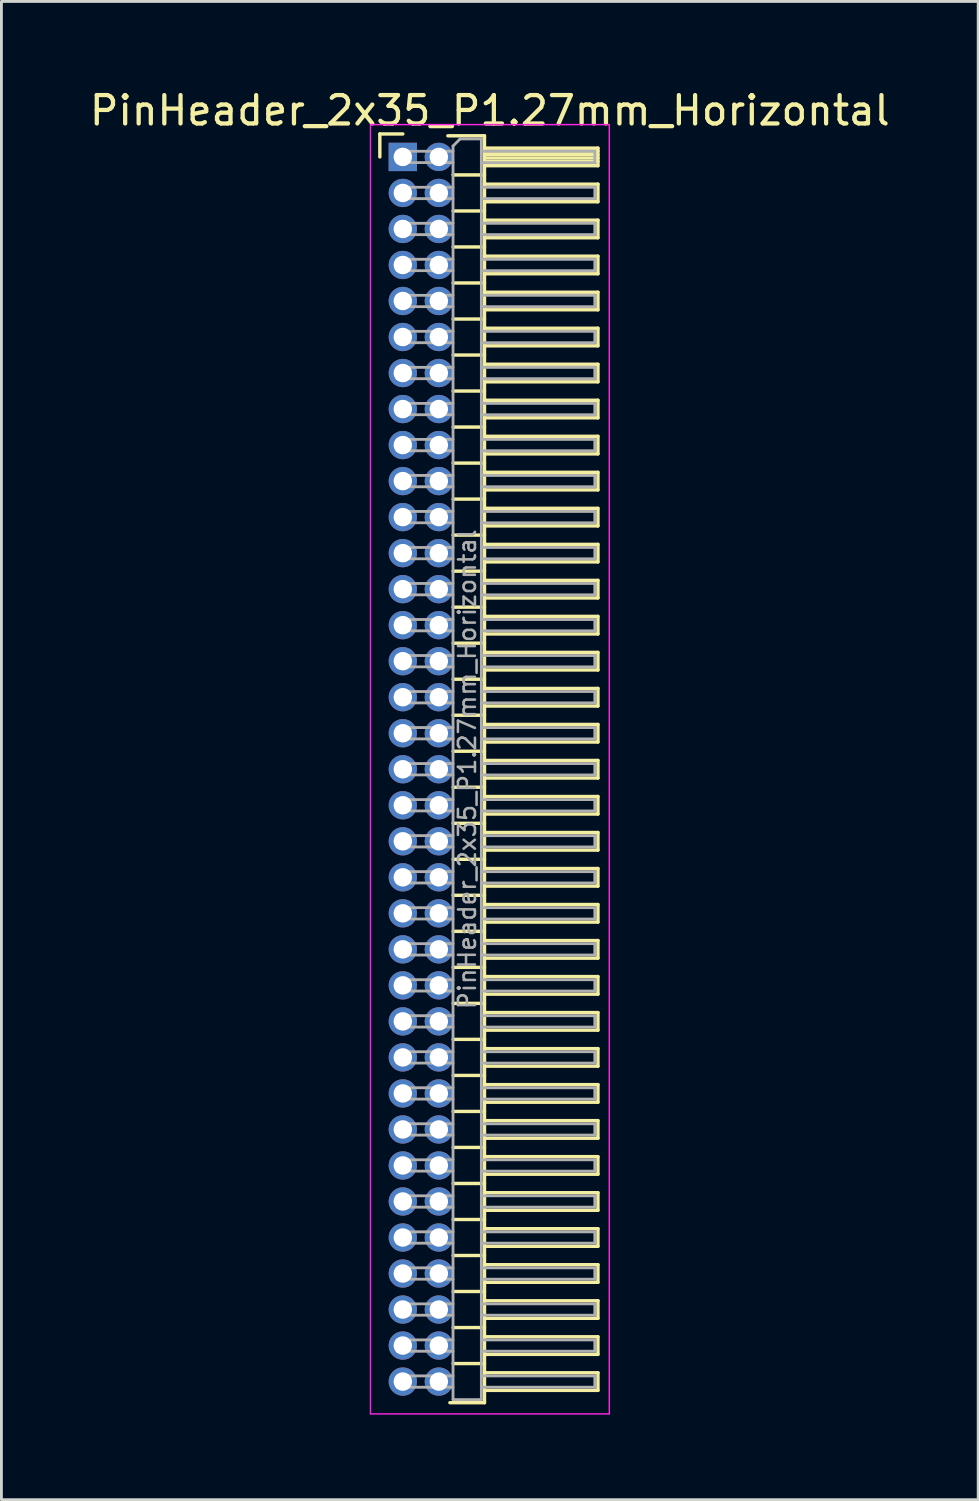
<source format=kicad_pcb>
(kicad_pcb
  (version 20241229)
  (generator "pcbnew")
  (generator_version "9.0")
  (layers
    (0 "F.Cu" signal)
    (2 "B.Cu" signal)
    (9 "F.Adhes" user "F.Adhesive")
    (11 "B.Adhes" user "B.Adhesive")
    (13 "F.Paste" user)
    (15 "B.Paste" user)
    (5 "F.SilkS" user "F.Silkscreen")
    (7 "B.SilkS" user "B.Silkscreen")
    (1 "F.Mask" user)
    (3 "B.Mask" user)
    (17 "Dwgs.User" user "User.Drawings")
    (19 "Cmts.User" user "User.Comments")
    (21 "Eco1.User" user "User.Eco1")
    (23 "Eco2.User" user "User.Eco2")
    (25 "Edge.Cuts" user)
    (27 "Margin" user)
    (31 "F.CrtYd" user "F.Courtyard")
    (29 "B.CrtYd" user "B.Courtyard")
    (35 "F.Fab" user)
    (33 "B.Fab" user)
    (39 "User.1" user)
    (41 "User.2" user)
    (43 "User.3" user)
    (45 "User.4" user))
  (footprint "PinHeader_2x35_P1.27mm_Horizontal"
    (layer "F.Cu")
    (at 11.153 2.483)
    (property "Reference" "PinHeader_2x35_P1.27mm_Horizontal" (at 3.067 -1.635 0) (layer "F.SilkS") (effects (font (size 1 1) (thickness 0.15))))
    (attr through_hole)
    (fp_line (start -0.81 -0.81) (end 0 -0.81) (stroke (width 0.12) (type solid)) (layer "F.SilkS"))
    (fp_line (start -0.81 0) (end -0.81 -0.81) (stroke (width 0.12) (type solid)) (layer "F.SilkS"))
    (fp_line (start 1.588 -0.745) (end 2.88 -0.745) (stroke (width 0.12) (type solid)) (layer "F.SilkS"))
    (fp_line (start 1.773 0.635) (end 2.88 0.635) (stroke (width 0.12) (type solid)) (layer "F.SilkS"))
    (fp_line (start 1.773 1.905) (end 2.88 1.905) (stroke (width 0.12) (type solid)) (layer "F.SilkS"))
    (fp_line (start 1.773 3.175) (end 2.88 3.175) (stroke (width 0.12) (type solid)) (layer "F.SilkS"))
    (fp_line (start 1.773 4.445) (end 2.88 4.445) (stroke (width 0.12) (type solid)) (layer "F.SilkS"))
    (fp_line (start 1.773 5.715) (end 2.88 5.715) (stroke (width 0.12) (type solid)) (layer "F.SilkS"))
    (fp_line (start 1.773 6.985) (end 2.88 6.985) (stroke (width 0.12) (type solid)) (layer "F.SilkS"))
    (fp_line (start 1.773 8.255) (end 2.88 8.255) (stroke (width 0.12) (type solid)) (layer "F.SilkS"))
    (fp_line (start 1.773 9.525) (end 2.88 9.525) (stroke (width 0.12) (type solid)) (layer "F.SilkS"))
    (fp_line (start 1.773 10.795) (end 2.88 10.795) (stroke (width 0.12) (type solid)) (layer "F.SilkS"))
    (fp_line (start 1.773 12.065) (end 2.88 12.065) (stroke (width 0.12) (type solid)) (layer "F.SilkS"))
    (fp_line (start 1.773 13.335) (end 2.88 13.335) (stroke (width 0.12) (type solid)) (layer "F.SilkS"))
    (fp_line (start 1.773 14.605) (end 2.88 14.605) (stroke (width 0.12) (type solid)) (layer "F.SilkS"))
    (fp_line (start 1.773 15.875) (end 2.88 15.875) (stroke (width 0.12) (type solid)) (layer "F.SilkS"))
    (fp_line (start 1.773 17.145) (end 2.88 17.145) (stroke (width 0.12) (type solid)) (layer "F.SilkS"))
    (fp_line (start 1.773 18.415) (end 2.88 18.415) (stroke (width 0.12) (type solid)) (layer "F.SilkS"))
    (fp_line (start 1.773 19.685) (end 2.88 19.685) (stroke (width 0.12) (type solid)) (layer "F.SilkS"))
    (fp_line (start 1.773 20.955) (end 2.88 20.955) (stroke (width 0.12) (type solid)) (layer "F.SilkS"))
    (fp_line (start 1.773 22.225) (end 2.88 22.225) (stroke (width 0.12) (type solid)) (layer "F.SilkS"))
    (fp_line (start 1.773 23.495) (end 2.88 23.495) (stroke (width 0.12) (type solid)) (layer "F.SilkS"))
    (fp_line (start 1.773 24.765) (end 2.88 24.765) (stroke (width 0.12) (type solid)) (layer "F.SilkS"))
    (fp_line (start 1.773 26.035) (end 2.88 26.035) (stroke (width 0.12) (type solid)) (layer "F.SilkS"))
    (fp_line (start 1.773 27.305) (end 2.88 27.305) (stroke (width 0.12) (type solid)) (layer "F.SilkS"))
    (fp_line (start 1.773 28.575) (end 2.88 28.575) (stroke (width 0.12) (type solid)) (layer "F.SilkS"))
    (fp_line (start 1.773 29.845) (end 2.88 29.845) (stroke (width 0.12) (type solid)) (layer "F.SilkS"))
    (fp_line (start 1.773 31.115) (end 2.88 31.115) (stroke (width 0.12) (type solid)) (layer "F.SilkS"))
    (fp_line (start 1.773 32.385) (end 2.88 32.385) (stroke (width 0.12) (type solid)) (layer "F.SilkS"))
    (fp_line (start 1.773 33.655) (end 2.88 33.655) (stroke (width 0.12) (type solid)) (layer "F.SilkS"))
    (fp_line (start 1.773 34.925) (end 2.88 34.925) (stroke (width 0.12) (type solid)) (layer "F.SilkS"))
    (fp_line (start 1.773 36.195) (end 2.88 36.195) (stroke (width 0.12) (type solid)) (layer "F.SilkS"))
    (fp_line (start 1.773 37.465) (end 2.88 37.465) (stroke (width 0.12) (type solid)) (layer "F.SilkS"))
    (fp_line (start 1.773 38.735) (end 2.88 38.735) (stroke (width 0.12) (type solid)) (layer "F.SilkS"))
    (fp_line (start 1.773 40.005) (end 2.88 40.005) (stroke (width 0.12) (type solid)) (layer "F.SilkS"))
    (fp_line (start 1.773 41.275) (end 2.88 41.275) (stroke (width 0.12) (type solid)) (layer "F.SilkS"))
    (fp_line (start 1.773 42.545) (end 2.88 42.545) (stroke (width 0.12) (type solid)) (layer "F.SilkS"))
    (fp_line (start 2.88 -0.745) (end 2.88 43.925) (stroke (width 0.12) (type solid)) (layer "F.SilkS"))
    (fp_line (start 2.88 -0.31) (end 6.88 -0.31) (stroke (width 0.12) (type solid)) (layer "F.SilkS"))
    (fp_line (start 2.88 -0.2) (end 6.88 -0.2) (stroke (width 0.12) (type solid)) (layer "F.SilkS"))
    (fp_line (start 2.88 -0.08) (end 6.88 -0.08) (stroke (width 0.12) (type solid)) (layer "F.SilkS"))
    (fp_line (start 2.88 0.04) (end 6.88 0.04) (stroke (width 0.12) (type solid)) (layer "F.SilkS"))
    (fp_line (start 2.88 0.16) (end 6.88 0.16) (stroke (width 0.12) (type solid)) (layer "F.SilkS"))
    (fp_line (start 2.88 0.96) (end 6.88 0.96) (stroke (width 0.12) (type solid)) (layer "F.SilkS"))
    (fp_line (start 2.88 2.23) (end 6.88 2.23) (stroke (width 0.12) (type solid)) (layer "F.SilkS"))
    (fp_line (start 2.88 3.5) (end 6.88 3.5) (stroke (width 0.12) (type solid)) (layer "F.SilkS"))
    (fp_line (start 2.88 4.77) (end 6.88 4.77) (stroke (width 0.12) (type solid)) (layer "F.SilkS"))
    (fp_line (start 2.88 6.04) (end 6.88 6.04) (stroke (width 0.12) (type solid)) (layer "F.SilkS"))
    (fp_line (start 2.88 7.31) (end 6.88 7.31) (stroke (width 0.12) (type solid)) (layer "F.SilkS"))
    (fp_line (start 2.88 8.58) (end 6.88 8.58) (stroke (width 0.12) (type solid)) (layer "F.SilkS"))
    (fp_line (start 2.88 9.85) (end 6.88 9.85) (stroke (width 0.12) (type solid)) (layer "F.SilkS"))
    (fp_line (start 2.88 11.12) (end 6.88 11.12) (stroke (width 0.12) (type solid)) (layer "F.SilkS"))
    (fp_line (start 2.88 12.39) (end 6.88 12.39) (stroke (width 0.12) (type solid)) (layer "F.SilkS"))
    (fp_line (start 2.88 13.66) (end 6.88 13.66) (stroke (width 0.12) (type solid)) (layer "F.SilkS"))
    (fp_line (start 2.88 14.93) (end 6.88 14.93) (stroke (width 0.12) (type solid)) (layer "F.SilkS"))
    (fp_line (start 2.88 16.2) (end 6.88 16.2) (stroke (width 0.12) (type solid)) (layer "F.SilkS"))
    (fp_line (start 2.88 17.47) (end 6.88 17.47) (stroke (width 0.12) (type solid)) (layer "F.SilkS"))
    (fp_line (start 2.88 18.74) (end 6.88 18.74) (stroke (width 0.12) (type solid)) (layer "F.SilkS"))
    (fp_line (start 2.88 20.01) (end 6.88 20.01) (stroke (width 0.12) (type solid)) (layer "F.SilkS"))
    (fp_line (start 2.88 21.28) (end 6.88 21.28) (stroke (width 0.12) (type solid)) (layer "F.SilkS"))
    (fp_line (start 2.88 22.55) (end 6.88 22.55) (stroke (width 0.12) (type solid)) (layer "F.SilkS"))
    (fp_line (start 2.88 23.82) (end 6.88 23.82) (stroke (width 0.12) (type solid)) (layer "F.SilkS"))
    (fp_line (start 2.88 25.09) (end 6.88 25.09) (stroke (width 0.12) (type solid)) (layer "F.SilkS"))
    (fp_line (start 2.88 26.36) (end 6.88 26.36) (stroke (width 0.12) (type solid)) (layer "F.SilkS"))
    (fp_line (start 2.88 27.63) (end 6.88 27.63) (stroke (width 0.12) (type solid)) (layer "F.SilkS"))
    (fp_line (start 2.88 28.9) (end 6.88 28.9) (stroke (width 0.12) (type solid)) (layer "F.SilkS"))
    (fp_line (start 2.88 30.17) (end 6.88 30.17) (stroke (width 0.12) (type solid)) (layer "F.SilkS"))
    (fp_line (start 2.88 31.44) (end 6.88 31.44) (stroke (width 0.12) (type solid)) (layer "F.SilkS"))
    (fp_line (start 2.88 32.71) (end 6.88 32.71) (stroke (width 0.12) (type solid)) (layer "F.SilkS"))
    (fp_line (start 2.88 33.98) (end 6.88 33.98) (stroke (width 0.12) (type solid)) (layer "F.SilkS"))
    (fp_line (start 2.88 35.25) (end 6.88 35.25) (stroke (width 0.12) (type solid)) (layer "F.SilkS"))
    (fp_line (start 2.88 36.52) (end 6.88 36.52) (stroke (width 0.12) (type solid)) (layer "F.SilkS"))
    (fp_line (start 2.88 37.79) (end 6.88 37.79) (stroke (width 0.12) (type solid)) (layer "F.SilkS"))
    (fp_line (start 2.88 39.06) (end 6.88 39.06) (stroke (width 0.12) (type solid)) (layer "F.SilkS"))
    (fp_line (start 2.88 40.33) (end 6.88 40.33) (stroke (width 0.12) (type solid)) (layer "F.SilkS"))
    (fp_line (start 2.88 41.6) (end 6.88 41.6) (stroke (width 0.12) (type solid)) (layer "F.SilkS"))
    (fp_line (start 2.88 42.87) (end 6.88 42.87) (stroke (width 0.12) (type solid)) (layer "F.SilkS"))
    (fp_line (start 2.88 43.925) (end 1.66 43.925) (stroke (width 0.12) (type solid)) (layer "F.SilkS"))
    (fp_line (start 6.88 -0.31) (end 6.88 0.31) (stroke (width 0.12) (type solid)) (layer "F.SilkS"))
    (fp_line (start 6.88 0.31) (end 2.88 0.31) (stroke (width 0.12) (type solid)) (layer "F.SilkS"))
    (fp_line (start 6.88 0.96) (end 6.88 1.58) (stroke (width 0.12) (type solid)) (layer "F.SilkS"))
    (fp_line (start 6.88 1.58) (end 2.88 1.58) (stroke (width 0.12) (type solid)) (layer "F.SilkS"))
    (fp_line (start 6.88 2.23) (end 6.88 2.85) (stroke (width 0.12) (type solid)) (layer "F.SilkS"))
    (fp_line (start 6.88 2.85) (end 2.88 2.85) (stroke (width 0.12) (type solid)) (layer "F.SilkS"))
    (fp_line (start 6.88 3.5) (end 6.88 4.12) (stroke (width 0.12) (type solid)) (layer "F.SilkS"))
    (fp_line (start 6.88 4.12) (end 2.88 4.12) (stroke (width 0.12) (type solid)) (layer "F.SilkS"))
    (fp_line (start 6.88 4.77) (end 6.88 5.39) (stroke (width 0.12) (type solid)) (layer "F.SilkS"))
    (fp_line (start 6.88 5.39) (end 2.88 5.39) (stroke (width 0.12) (type solid)) (layer "F.SilkS"))
    (fp_line (start 6.88 6.04) (end 6.88 6.66) (stroke (width 0.12) (type solid)) (layer "F.SilkS"))
    (fp_line (start 6.88 6.66) (end 2.88 6.66) (stroke (width 0.12) (type solid)) (layer "F.SilkS"))
    (fp_line (start 6.88 7.31) (end 6.88 7.93) (stroke (width 0.12) (type solid)) (layer "F.SilkS"))
    (fp_line (start 6.88 7.93) (end 2.88 7.93) (stroke (width 0.12) (type solid)) (layer "F.SilkS"))
    (fp_line (start 6.88 8.58) (end 6.88 9.2) (stroke (width 0.12) (type solid)) (layer "F.SilkS"))
    (fp_line (start 6.88 9.2) (end 2.88 9.2) (stroke (width 0.12) (type solid)) (layer "F.SilkS"))
    (fp_line (start 6.88 9.85) (end 6.88 10.47) (stroke (width 0.12) (type solid)) (layer "F.SilkS"))
    (fp_line (start 6.88 10.47) (end 2.88 10.47) (stroke (width 0.12) (type solid)) (layer "F.SilkS"))
    (fp_line (start 6.88 11.12) (end 6.88 11.74) (stroke (width 0.12) (type solid)) (layer "F.SilkS"))
    (fp_line (start 6.88 11.74) (end 2.88 11.74) (stroke (width 0.12) (type solid)) (layer "F.SilkS"))
    (fp_line (start 6.88 12.39) (end 6.88 13.01) (stroke (width 0.12) (type solid)) (layer "F.SilkS"))
    (fp_line (start 6.88 13.01) (end 2.88 13.01) (stroke (width 0.12) (type solid)) (layer "F.SilkS"))
    (fp_line (start 6.88 13.66) (end 6.88 14.28) (stroke (width 0.12) (type solid)) (layer "F.SilkS"))
    (fp_line (start 6.88 14.28) (end 2.88 14.28) (stroke (width 0.12) (type solid)) (layer "F.SilkS"))
    (fp_line (start 6.88 14.93) (end 6.88 15.55) (stroke (width 0.12) (type solid)) (layer "F.SilkS"))
    (fp_line (start 6.88 15.55) (end 2.88 15.55) (stroke (width 0.12) (type solid)) (layer "F.SilkS"))
    (fp_line (start 6.88 16.2) (end 6.88 16.82) (stroke (width 0.12) (type solid)) (layer "F.SilkS"))
    (fp_line (start 6.88 16.82) (end 2.88 16.82) (stroke (width 0.12) (type solid)) (layer "F.SilkS"))
    (fp_line (start 6.88 17.47) (end 6.88 18.09) (stroke (width 0.12) (type solid)) (layer "F.SilkS"))
    (fp_line (start 6.88 18.09) (end 2.88 18.09) (stroke (width 0.12) (type solid)) (layer "F.SilkS"))
    (fp_line (start 6.88 18.74) (end 6.88 19.36) (stroke (width 0.12) (type solid)) (layer "F.SilkS"))
    (fp_line (start 6.88 19.36) (end 2.88 19.36) (stroke (width 0.12) (type solid)) (layer "F.SilkS"))
    (fp_line (start 6.88 20.01) (end 6.88 20.63) (stroke (width 0.12) (type solid)) (layer "F.SilkS"))
    (fp_line (start 6.88 20.63) (end 2.88 20.63) (stroke (width 0.12) (type solid)) (layer "F.SilkS"))
    (fp_line (start 6.88 21.28) (end 6.88 21.9) (stroke (width 0.12) (type solid)) (layer "F.SilkS"))
    (fp_line (start 6.88 21.9) (end 2.88 21.9) (stroke (width 0.12) (type solid)) (layer "F.SilkS"))
    (fp_line (start 6.88 22.55) (end 6.88 23.17) (stroke (width 0.12) (type solid)) (layer "F.SilkS"))
    (fp_line (start 6.88 23.17) (end 2.88 23.17) (stroke (width 0.12) (type solid)) (layer "F.SilkS"))
    (fp_line (start 6.88 23.82) (end 6.88 24.44) (stroke (width 0.12) (type solid)) (layer "F.SilkS"))
    (fp_line (start 6.88 24.44) (end 2.88 24.44) (stroke (width 0.12) (type solid)) (layer "F.SilkS"))
    (fp_line (start 6.88 25.09) (end 6.88 25.71) (stroke (width 0.12) (type solid)) (layer "F.SilkS"))
    (fp_line (start 6.88 25.71) (end 2.88 25.71) (stroke (width 0.12) (type solid)) (layer "F.SilkS"))
    (fp_line (start 6.88 26.36) (end 6.88 26.98) (stroke (width 0.12) (type solid)) (layer "F.SilkS"))
    (fp_line (start 6.88 26.98) (end 2.88 26.98) (stroke (width 0.12) (type solid)) (layer "F.SilkS"))
    (fp_line (start 6.88 27.63) (end 6.88 28.25) (stroke (width 0.12) (type solid)) (layer "F.SilkS"))
    (fp_line (start 6.88 28.25) (end 2.88 28.25) (stroke (width 0.12) (type solid)) (layer "F.SilkS"))
    (fp_line (start 6.88 28.9) (end 6.88 29.52) (stroke (width 0.12) (type solid)) (layer "F.SilkS"))
    (fp_line (start 6.88 29.52) (end 2.88 29.52) (stroke (width 0.12) (type solid)) (layer "F.SilkS"))
    (fp_line (start 6.88 30.17) (end 6.88 30.79) (stroke (width 0.12) (type solid)) (layer "F.SilkS"))
    (fp_line (start 6.88 30.79) (end 2.88 30.79) (stroke (width 0.12) (type solid)) (layer "F.SilkS"))
    (fp_line (start 6.88 31.44) (end 6.88 32.06) (stroke (width 0.12) (type solid)) (layer "F.SilkS"))
    (fp_line (start 6.88 32.06) (end 2.88 32.06) (stroke (width 0.12) (type solid)) (layer "F.SilkS"))
    (fp_line (start 6.88 32.71) (end 6.88 33.33) (stroke (width 0.12) (type solid)) (layer "F.SilkS"))
    (fp_line (start 6.88 33.33) (end 2.88 33.33) (stroke (width 0.12) (type solid)) (layer "F.SilkS"))
    (fp_line (start 6.88 33.98) (end 6.88 34.6) (stroke (width 0.12) (type solid)) (layer "F.SilkS"))
    (fp_line (start 6.88 34.6) (end 2.88 34.6) (stroke (width 0.12) (type solid)) (layer "F.SilkS"))
    (fp_line (start 6.88 35.25) (end 6.88 35.87) (stroke (width 0.12) (type solid)) (layer "F.SilkS"))
    (fp_line (start 6.88 35.87) (end 2.88 35.87) (stroke (width 0.12) (type solid)) (layer "F.SilkS"))
    (fp_line (start 6.88 36.52) (end 6.88 37.14) (stroke (width 0.12) (type solid)) (layer "F.SilkS"))
    (fp_line (start 6.88 37.14) (end 2.88 37.14) (stroke (width 0.12) (type solid)) (layer "F.SilkS"))
    (fp_line (start 6.88 37.79) (end 6.88 38.41) (stroke (width 0.12) (type solid)) (layer "F.SilkS"))
    (fp_line (start 6.88 38.41) (end 2.88 38.41) (stroke (width 0.12) (type solid)) (layer "F.SilkS"))
    (fp_line (start 6.88 39.06) (end 6.88 39.68) (stroke (width 0.12) (type solid)) (layer "F.SilkS"))
    (fp_line (start 6.88 39.68) (end 2.88 39.68) (stroke (width 0.12) (type solid)) (layer "F.SilkS"))
    (fp_line (start 6.88 40.33) (end 6.88 40.95) (stroke (width 0.12) (type solid)) (layer "F.SilkS"))
    (fp_line (start 6.88 40.95) (end 2.88 40.95) (stroke (width 0.12) (type solid)) (layer "F.SilkS"))
    (fp_line (start 6.88 41.6) (end 6.88 42.22) (stroke (width 0.12) (type solid)) (layer "F.SilkS"))
    (fp_line (start 6.88 42.22) (end 2.88 42.22) (stroke (width 0.12) (type solid)) (layer "F.SilkS"))
    (fp_line (start 6.88 42.87) (end 6.88 43.49) (stroke (width 0.12) (type solid)) (layer "F.SilkS"))
    (fp_line (start 6.88 43.49) (end 2.88 43.49) (stroke (width 0.12) (type solid)) (layer "F.SilkS"))
    (fp_line (start -1.14 -1.14) (end -1.14 44.32) (stroke (width 0.05) (type solid)) (layer "F.CrtYd"))
    (fp_line (start -1.14 44.32) (end 7.28 44.32) (stroke (width 0.05) (type solid)) (layer "F.CrtYd"))
    (fp_line (start 7.28 -1.14) (end -1.14 -1.14) (stroke (width 0.05) (type solid)) (layer "F.CrtYd"))
    (fp_line (start 7.28 44.32) (end 7.28 -1.14) (stroke (width 0.05) (type solid)) (layer "F.CrtYd"))
    (fp_line (start -0.2 -0.2) (end -0.2 0.2) (stroke (width 0.1) (type solid)) (layer "F.Fab"))
    (fp_line (start -0.2 -0.2) (end 1.77 -0.2) (stroke (width 0.1) (type solid)) (layer "F.Fab"))
    (fp_line (start -0.2 0.2) (end 1.77 0.2) (stroke (width 0.1) (type solid)) (layer "F.Fab"))
    (fp_line (start -0.2 1.07) (end -0.2 1.47) (stroke (width 0.1) (type solid)) (layer "F.Fab"))
    (fp_line (start -0.2 1.07) (end 1.77 1.07) (stroke (width 0.1) (type solid)) (layer "F.Fab"))
    (fp_line (start -0.2 1.47) (end 1.77 1.47) (stroke (width 0.1) (type solid)) (layer "F.Fab"))
    (fp_line (start -0.2 2.34) (end -0.2 2.74) (stroke (width 0.1) (type solid)) (layer "F.Fab"))
    (fp_line (start -0.2 2.34) (end 1.77 2.34) (stroke (width 0.1) (type solid)) (layer "F.Fab"))
    (fp_line (start -0.2 2.74) (end 1.77 2.74) (stroke (width 0.1) (type solid)) (layer "F.Fab"))
    (fp_line (start -0.2 3.61) (end -0.2 4.01) (stroke (width 0.1) (type solid)) (layer "F.Fab"))
    (fp_line (start -0.2 3.61) (end 1.77 3.61) (stroke (width 0.1) (type solid)) (layer "F.Fab"))
    (fp_line (start -0.2 4.01) (end 1.77 4.01) (stroke (width 0.1) (type solid)) (layer "F.Fab"))
    (fp_line (start -0.2 4.88) (end -0.2 5.28) (stroke (width 0.1) (type solid)) (layer "F.Fab"))
    (fp_line (start -0.2 4.88) (end 1.77 4.88) (stroke (width 0.1) (type solid)) (layer "F.Fab"))
    (fp_line (start -0.2 5.28) (end 1.77 5.28) (stroke (width 0.1) (type solid)) (layer "F.Fab"))
    (fp_line (start -0.2 6.15) (end -0.2 6.55) (stroke (width 0.1) (type solid)) (layer "F.Fab"))
    (fp_line (start -0.2 6.15) (end 1.77 6.15) (stroke (width 0.1) (type solid)) (layer "F.Fab"))
    (fp_line (start -0.2 6.55) (end 1.77 6.55) (stroke (width 0.1) (type solid)) (layer "F.Fab"))
    (fp_line (start -0.2 7.42) (end -0.2 7.82) (stroke (width 0.1) (type solid)) (layer "F.Fab"))
    (fp_line (start -0.2 7.42) (end 1.77 7.42) (stroke (width 0.1) (type solid)) (layer "F.Fab"))
    (fp_line (start -0.2 7.82) (end 1.77 7.82) (stroke (width 0.1) (type solid)) (layer "F.Fab"))
    (fp_line (start -0.2 8.69) (end -0.2 9.09) (stroke (width 0.1) (type solid)) (layer "F.Fab"))
    (fp_line (start -0.2 8.69) (end 1.77 8.69) (stroke (width 0.1) (type solid)) (layer "F.Fab"))
    (fp_line (start -0.2 9.09) (end 1.77 9.09) (stroke (width 0.1) (type solid)) (layer "F.Fab"))
    (fp_line (start -0.2 9.96) (end -0.2 10.36) (stroke (width 0.1) (type solid)) (layer "F.Fab"))
    (fp_line (start -0.2 9.96) (end 1.77 9.96) (stroke (width 0.1) (type solid)) (layer "F.Fab"))
    (fp_line (start -0.2 10.36) (end 1.77 10.36) (stroke (width 0.1) (type solid)) (layer "F.Fab"))
    (fp_line (start -0.2 11.23) (end -0.2 11.63) (stroke (width 0.1) (type solid)) (layer "F.Fab"))
    (fp_line (start -0.2 11.23) (end 1.77 11.23) (stroke (width 0.1) (type solid)) (layer "F.Fab"))
    (fp_line (start -0.2 11.63) (end 1.77 11.63) (stroke (width 0.1) (type solid)) (layer "F.Fab"))
    (fp_line (start -0.2 12.5) (end -0.2 12.9) (stroke (width 0.1) (type solid)) (layer "F.Fab"))
    (fp_line (start -0.2 12.5) (end 1.77 12.5) (stroke (width 0.1) (type solid)) (layer "F.Fab"))
    (fp_line (start -0.2 12.9) (end 1.77 12.9) (stroke (width 0.1) (type solid)) (layer "F.Fab"))
    (fp_line (start -0.2 13.77) (end -0.2 14.17) (stroke (width 0.1) (type solid)) (layer "F.Fab"))
    (fp_line (start -0.2 13.77) (end 1.77 13.77) (stroke (width 0.1) (type solid)) (layer "F.Fab"))
    (fp_line (start -0.2 14.17) (end 1.77 14.17) (stroke (width 0.1) (type solid)) (layer "F.Fab"))
    (fp_line (start -0.2 15.04) (end -0.2 15.44) (stroke (width 0.1) (type solid)) (layer "F.Fab"))
    (fp_line (start -0.2 15.04) (end 1.77 15.04) (stroke (width 0.1) (type solid)) (layer "F.Fab"))
    (fp_line (start -0.2 15.44) (end 1.77 15.44) (stroke (width 0.1) (type solid)) (layer "F.Fab"))
    (fp_line (start -0.2 16.31) (end -0.2 16.71) (stroke (width 0.1) (type solid)) (layer "F.Fab"))
    (fp_line (start -0.2 16.31) (end 1.77 16.31) (stroke (width 0.1) (type solid)) (layer "F.Fab"))
    (fp_line (start -0.2 16.71) (end 1.77 16.71) (stroke (width 0.1) (type solid)) (layer "F.Fab"))
    (fp_line (start -0.2 17.58) (end -0.2 17.98) (stroke (width 0.1) (type solid)) (layer "F.Fab"))
    (fp_line (start -0.2 17.58) (end 1.77 17.58) (stroke (width 0.1) (type solid)) (layer "F.Fab"))
    (fp_line (start -0.2 17.98) (end 1.77 17.98) (stroke (width 0.1) (type solid)) (layer "F.Fab"))
    (fp_line (start -0.2 18.85) (end -0.2 19.25) (stroke (width 0.1) (type solid)) (layer "F.Fab"))
    (fp_line (start -0.2 18.85) (end 1.77 18.85) (stroke (width 0.1) (type solid)) (layer "F.Fab"))
    (fp_line (start -0.2 19.25) (end 1.77 19.25) (stroke (width 0.1) (type solid)) (layer "F.Fab"))
    (fp_line (start -0.2 20.12) (end -0.2 20.52) (stroke (width 0.1) (type solid)) (layer "F.Fab"))
    (fp_line (start -0.2 20.12) (end 1.77 20.12) (stroke (width 0.1) (type solid)) (layer "F.Fab"))
    (fp_line (start -0.2 20.52) (end 1.77 20.52) (stroke (width 0.1) (type solid)) (layer "F.Fab"))
    (fp_line (start -0.2 21.39) (end -0.2 21.79) (stroke (width 0.1) (type solid)) (layer "F.Fab"))
    (fp_line (start -0.2 21.39) (end 1.77 21.39) (stroke (width 0.1) (type solid)) (layer "F.Fab"))
    (fp_line (start -0.2 21.79) (end 1.77 21.79) (stroke (width 0.1) (type solid)) (layer "F.Fab"))
    (fp_line (start -0.2 22.66) (end -0.2 23.06) (stroke (width 0.1) (type solid)) (layer "F.Fab"))
    (fp_line (start -0.2 22.66) (end 1.77 22.66) (stroke (width 0.1) (type solid)) (layer "F.Fab"))
    (fp_line (start -0.2 23.06) (end 1.77 23.06) (stroke (width 0.1) (type solid)) (layer "F.Fab"))
    (fp_line (start -0.2 23.93) (end -0.2 24.33) (stroke (width 0.1) (type solid)) (layer "F.Fab"))
    (fp_line (start -0.2 23.93) (end 1.77 23.93) (stroke (width 0.1) (type solid)) (layer "F.Fab"))
    (fp_line (start -0.2 24.33) (end 1.77 24.33) (stroke (width 0.1) (type solid)) (layer "F.Fab"))
    (fp_line (start -0.2 25.2) (end -0.2 25.6) (stroke (width 0.1) (type solid)) (layer "F.Fab"))
    (fp_line (start -0.2 25.2) (end 1.77 25.2) (stroke (width 0.1) (type solid)) (layer "F.Fab"))
    (fp_line (start -0.2 25.6) (end 1.77 25.6) (stroke (width 0.1) (type solid)) (layer "F.Fab"))
    (fp_line (start -0.2 26.47) (end -0.2 26.87) (stroke (width 0.1) (type solid)) (layer "F.Fab"))
    (fp_line (start -0.2 26.47) (end 1.77 26.47) (stroke (width 0.1) (type solid)) (layer "F.Fab"))
    (fp_line (start -0.2 26.87) (end 1.77 26.87) (stroke (width 0.1) (type solid)) (layer "F.Fab"))
    (fp_line (start -0.2 27.74) (end -0.2 28.14) (stroke (width 0.1) (type solid)) (layer "F.Fab"))
    (fp_line (start -0.2 27.74) (end 1.77 27.74) (stroke (width 0.1) (type solid)) (layer "F.Fab"))
    (fp_line (start -0.2 28.14) (end 1.77 28.14) (stroke (width 0.1) (type solid)) (layer "F.Fab"))
    (fp_line (start -0.2 29.01) (end -0.2 29.41) (stroke (width 0.1) (type solid)) (layer "F.Fab"))
    (fp_line (start -0.2 29.01) (end 1.77 29.01) (stroke (width 0.1) (type solid)) (layer "F.Fab"))
    (fp_line (start -0.2 29.41) (end 1.77 29.41) (stroke (width 0.1) (type solid)) (layer "F.Fab"))
    (fp_line (start -0.2 30.28) (end -0.2 30.68) (stroke (width 0.1) (type solid)) (layer "F.Fab"))
    (fp_line (start -0.2 30.28) (end 1.77 30.28) (stroke (width 0.1) (type solid)) (layer "F.Fab"))
    (fp_line (start -0.2 30.68) (end 1.77 30.68) (stroke (width 0.1) (type solid)) (layer "F.Fab"))
    (fp_line (start -0.2 31.55) (end -0.2 31.95) (stroke (width 0.1) (type solid)) (layer "F.Fab"))
    (fp_line (start -0.2 31.55) (end 1.77 31.55) (stroke (width 0.1) (type solid)) (layer "F.Fab"))
    (fp_line (start -0.2 31.95) (end 1.77 31.95) (stroke (width 0.1) (type solid)) (layer "F.Fab"))
    (fp_line (start -0.2 32.82) (end -0.2 33.22) (stroke (width 0.1) (type solid)) (layer "F.Fab"))
    (fp_line (start -0.2 32.82) (end 1.77 32.82) (stroke (width 0.1) (type solid)) (layer "F.Fab"))
    (fp_line (start -0.2 33.22) (end 1.77 33.22) (stroke (width 0.1) (type solid)) (layer "F.Fab"))
    (fp_line (start -0.2 34.09) (end -0.2 34.49) (stroke (width 0.1) (type solid)) (layer "F.Fab"))
    (fp_line (start -0.2 34.09) (end 1.77 34.09) (stroke (width 0.1) (type solid)) (layer "F.Fab"))
    (fp_line (start -0.2 34.49) (end 1.77 34.49) (stroke (width 0.1) (type solid)) (layer "F.Fab"))
    (fp_line (start -0.2 35.36) (end -0.2 35.76) (stroke (width 0.1) (type solid)) (layer "F.Fab"))
    (fp_line (start -0.2 35.36) (end 1.77 35.36) (stroke (width 0.1) (type solid)) (layer "F.Fab"))
    (fp_line (start -0.2 35.76) (end 1.77 35.76) (stroke (width 0.1) (type solid)) (layer "F.Fab"))
    (fp_line (start -0.2 36.63) (end -0.2 37.03) (stroke (width 0.1) (type solid)) (layer "F.Fab"))
    (fp_line (start -0.2 36.63) (end 1.77 36.63) (stroke (width 0.1) (type solid)) (layer "F.Fab"))
    (fp_line (start -0.2 37.03) (end 1.77 37.03) (stroke (width 0.1) (type solid)) (layer "F.Fab"))
    (fp_line (start -0.2 37.9) (end -0.2 38.3) (stroke (width 0.1) (type solid)) (layer "F.Fab"))
    (fp_line (start -0.2 37.9) (end 1.77 37.9) (stroke (width 0.1) (type solid)) (layer "F.Fab"))
    (fp_line (start -0.2 38.3) (end 1.77 38.3) (stroke (width 0.1) (type solid)) (layer "F.Fab"))
    (fp_line (start -0.2 39.17) (end -0.2 39.57) (stroke (width 0.1) (type solid)) (layer "F.Fab"))
    (fp_line (start -0.2 39.17) (end 1.77 39.17) (stroke (width 0.1) (type solid)) (layer "F.Fab"))
    (fp_line (start -0.2 39.57) (end 1.77 39.57) (stroke (width 0.1) (type solid)) (layer "F.Fab"))
    (fp_line (start -0.2 40.44) (end -0.2 40.84) (stroke (width 0.1) (type solid)) (layer "F.Fab"))
    (fp_line (start -0.2 40.44) (end 1.77 40.44) (stroke (width 0.1) (type solid)) (layer "F.Fab"))
    (fp_line (start -0.2 40.84) (end 1.77 40.84) (stroke (width 0.1) (type solid)) (layer "F.Fab"))
    (fp_line (start -0.2 41.71) (end -0.2 42.11) (stroke (width 0.1) (type solid)) (layer "F.Fab"))
    (fp_line (start -0.2 41.71) (end 1.77 41.71) (stroke (width 0.1) (type solid)) (layer "F.Fab"))
    (fp_line (start -0.2 42.11) (end 1.77 42.11) (stroke (width 0.1) (type solid)) (layer "F.Fab"))
    (fp_line (start -0.2 42.98) (end -0.2 43.38) (stroke (width 0.1) (type solid)) (layer "F.Fab"))
    (fp_line (start -0.2 42.98) (end 1.77 42.98) (stroke (width 0.1) (type solid)) (layer "F.Fab"))
    (fp_line (start -0.2 43.38) (end 1.77 43.38) (stroke (width 0.1) (type solid)) (layer "F.Fab"))
    (fp_line (start 1.77 -0.385) (end 2.02 -0.635) (stroke (width 0.1) (type solid)) (layer "F.Fab"))
    (fp_line (start 1.77 43.815) (end 1.77 -0.385) (stroke (width 0.1) (type solid)) (layer "F.Fab"))
    (fp_line (start 2.02 -0.635) (end 2.77 -0.635) (stroke (width 0.1) (type solid)) (layer "F.Fab"))
    (fp_line (start 2.77 -0.635) (end 2.77 43.815) (stroke (width 0.1) (type solid)) (layer "F.Fab"))
    (fp_line (start 2.77 -0.2) (end 6.77 -0.2) (stroke (width 0.1) (type solid)) (layer "F.Fab"))
    (fp_line (start 2.77 0.2) (end 6.77 0.2) (stroke (width 0.1) (type solid)) (layer "F.Fab"))
    (fp_line (start 2.77 1.07) (end 6.77 1.07) (stroke (width 0.1) (type solid)) (layer "F.Fab"))
    (fp_line (start 2.77 1.47) (end 6.77 1.47) (stroke (width 0.1) (type solid)) (layer "F.Fab"))
    (fp_line (start 2.77 2.34) (end 6.77 2.34) (stroke (width 0.1) (type solid)) (layer "F.Fab"))
    (fp_line (start 2.77 2.74) (end 6.77 2.74) (stroke (width 0.1) (type solid)) (layer "F.Fab"))
    (fp_line (start 2.77 3.61) (end 6.77 3.61) (stroke (width 0.1) (type solid)) (layer "F.Fab"))
    (fp_line (start 2.77 4.01) (end 6.77 4.01) (stroke (width 0.1) (type solid)) (layer "F.Fab"))
    (fp_line (start 2.77 4.88) (end 6.77 4.88) (stroke (width 0.1) (type solid)) (layer "F.Fab"))
    (fp_line (start 2.77 5.28) (end 6.77 5.28) (stroke (width 0.1) (type solid)) (layer "F.Fab"))
    (fp_line (start 2.77 6.15) (end 6.77 6.15) (stroke (width 0.1) (type solid)) (layer "F.Fab"))
    (fp_line (start 2.77 6.55) (end 6.77 6.55) (stroke (width 0.1) (type solid)) (layer "F.Fab"))
    (fp_line (start 2.77 7.42) (end 6.77 7.42) (stroke (width 0.1) (type solid)) (layer "F.Fab"))
    (fp_line (start 2.77 7.82) (end 6.77 7.82) (stroke (width 0.1) (type solid)) (layer "F.Fab"))
    (fp_line (start 2.77 8.69) (end 6.77 8.69) (stroke (width 0.1) (type solid)) (layer "F.Fab"))
    (fp_line (start 2.77 9.09) (end 6.77 9.09) (stroke (width 0.1) (type solid)) (layer "F.Fab"))
    (fp_line (start 2.77 9.96) (end 6.77 9.96) (stroke (width 0.1) (type solid)) (layer "F.Fab"))
    (fp_line (start 2.77 10.36) (end 6.77 10.36) (stroke (width 0.1) (type solid)) (layer "F.Fab"))
    (fp_line (start 2.77 11.23) (end 6.77 11.23) (stroke (width 0.1) (type solid)) (layer "F.Fab"))
    (fp_line (start 2.77 11.63) (end 6.77 11.63) (stroke (width 0.1) (type solid)) (layer "F.Fab"))
    (fp_line (start 2.77 12.5) (end 6.77 12.5) (stroke (width 0.1) (type solid)) (layer "F.Fab"))
    (fp_line (start 2.77 12.9) (end 6.77 12.9) (stroke (width 0.1) (type solid)) (layer "F.Fab"))
    (fp_line (start 2.77 13.77) (end 6.77 13.77) (stroke (width 0.1) (type solid)) (layer "F.Fab"))
    (fp_line (start 2.77 14.17) (end 6.77 14.17) (stroke (width 0.1) (type solid)) (layer "F.Fab"))
    (fp_line (start 2.77 15.04) (end 6.77 15.04) (stroke (width 0.1) (type solid)) (layer "F.Fab"))
    (fp_line (start 2.77 15.44) (end 6.77 15.44) (stroke (width 0.1) (type solid)) (layer "F.Fab"))
    (fp_line (start 2.77 16.31) (end 6.77 16.31) (stroke (width 0.1) (type solid)) (layer "F.Fab"))
    (fp_line (start 2.77 16.71) (end 6.77 16.71) (stroke (width 0.1) (type solid)) (layer "F.Fab"))
    (fp_line (start 2.77 17.58) (end 6.77 17.58) (stroke (width 0.1) (type solid)) (layer "F.Fab"))
    (fp_line (start 2.77 17.98) (end 6.77 17.98) (stroke (width 0.1) (type solid)) (layer "F.Fab"))
    (fp_line (start 2.77 18.85) (end 6.77 18.85) (stroke (width 0.1) (type solid)) (layer "F.Fab"))
    (fp_line (start 2.77 19.25) (end 6.77 19.25) (stroke (width 0.1) (type solid)) (layer "F.Fab"))
    (fp_line (start 2.77 20.12) (end 6.77 20.12) (stroke (width 0.1) (type solid)) (layer "F.Fab"))
    (fp_line (start 2.77 20.52) (end 6.77 20.52) (stroke (width 0.1) (type solid)) (layer "F.Fab"))
    (fp_line (start 2.77 21.39) (end 6.77 21.39) (stroke (width 0.1) (type solid)) (layer "F.Fab"))
    (fp_line (start 2.77 21.79) (end 6.77 21.79) (stroke (width 0.1) (type solid)) (layer "F.Fab"))
    (fp_line (start 2.77 22.66) (end 6.77 22.66) (stroke (width 0.1) (type solid)) (layer "F.Fab"))
    (fp_line (start 2.77 23.06) (end 6.77 23.06) (stroke (width 0.1) (type solid)) (layer "F.Fab"))
    (fp_line (start 2.77 23.93) (end 6.77 23.93) (stroke (width 0.1) (type solid)) (layer "F.Fab"))
    (fp_line (start 2.77 24.33) (end 6.77 24.33) (stroke (width 0.1) (type solid)) (layer "F.Fab"))
    (fp_line (start 2.77 25.2) (end 6.77 25.2) (stroke (width 0.1) (type solid)) (layer "F.Fab"))
    (fp_line (start 2.77 25.6) (end 6.77 25.6) (stroke (width 0.1) (type solid)) (layer "F.Fab"))
    (fp_line (start 2.77 26.47) (end 6.77 26.47) (stroke (width 0.1) (type solid)) (layer "F.Fab"))
    (fp_line (start 2.77 26.87) (end 6.77 26.87) (stroke (width 0.1) (type solid)) (layer "F.Fab"))
    (fp_line (start 2.77 27.74) (end 6.77 27.74) (stroke (width 0.1) (type solid)) (layer "F.Fab"))
    (fp_line (start 2.77 28.14) (end 6.77 28.14) (stroke (width 0.1) (type solid)) (layer "F.Fab"))
    (fp_line (start 2.77 29.01) (end 6.77 29.01) (stroke (width 0.1) (type solid)) (layer "F.Fab"))
    (fp_line (start 2.77 29.41) (end 6.77 29.41) (stroke (width 0.1) (type solid)) (layer "F.Fab"))
    (fp_line (start 2.77 30.28) (end 6.77 30.28) (stroke (width 0.1) (type solid)) (layer "F.Fab"))
    (fp_line (start 2.77 30.68) (end 6.77 30.68) (stroke (width 0.1) (type solid)) (layer "F.Fab"))
    (fp_line (start 2.77 31.55) (end 6.77 31.55) (stroke (width 0.1) (type solid)) (layer "F.Fab"))
    (fp_line (start 2.77 31.95) (end 6.77 31.95) (stroke (width 0.1) (type solid)) (layer "F.Fab"))
    (fp_line (start 2.77 32.82) (end 6.77 32.82) (stroke (width 0.1) (type solid)) (layer "F.Fab"))
    (fp_line (start 2.77 33.22) (end 6.77 33.22) (stroke (width 0.1) (type solid)) (layer "F.Fab"))
    (fp_line (start 2.77 34.09) (end 6.77 34.09) (stroke (width 0.1) (type solid)) (layer "F.Fab"))
    (fp_line (start 2.77 34.49) (end 6.77 34.49) (stroke (width 0.1) (type solid)) (layer "F.Fab"))
    (fp_line (start 2.77 35.36) (end 6.77 35.36) (stroke (width 0.1) (type solid)) (layer "F.Fab"))
    (fp_line (start 2.77 35.76) (end 6.77 35.76) (stroke (width 0.1) (type solid)) (layer "F.Fab"))
    (fp_line (start 2.77 36.63) (end 6.77 36.63) (stroke (width 0.1) (type solid)) (layer "F.Fab"))
    (fp_line (start 2.77 37.03) (end 6.77 37.03) (stroke (width 0.1) (type solid)) (layer "F.Fab"))
    (fp_line (start 2.77 37.9) (end 6.77 37.9) (stroke (width 0.1) (type solid)) (layer "F.Fab"))
    (fp_line (start 2.77 38.3) (end 6.77 38.3) (stroke (width 0.1) (type solid)) (layer "F.Fab"))
    (fp_line (start 2.77 39.17) (end 6.77 39.17) (stroke (width 0.1) (type solid)) (layer "F.Fab"))
    (fp_line (start 2.77 39.57) (end 6.77 39.57) (stroke (width 0.1) (type solid)) (layer "F.Fab"))
    (fp_line (start 2.77 40.44) (end 6.77 40.44) (stroke (width 0.1) (type solid)) (layer "F.Fab"))
    (fp_line (start 2.77 40.84) (end 6.77 40.84) (stroke (width 0.1) (type solid)) (layer "F.Fab"))
    (fp_line (start 2.77 41.71) (end 6.77 41.71) (stroke (width 0.1) (type solid)) (layer "F.Fab"))
    (fp_line (start 2.77 42.11) (end 6.77 42.11) (stroke (width 0.1) (type solid)) (layer "F.Fab"))
    (fp_line (start 2.77 42.98) (end 6.77 42.98) (stroke (width 0.1) (type solid)) (layer "F.Fab"))
    (fp_line (start 2.77 43.38) (end 6.77 43.38) (stroke (width 0.1) (type solid)) (layer "F.Fab"))
    (fp_line (start 2.77 43.815) (end 1.77 43.815) (stroke (width 0.1) (type solid)) (layer "F.Fab"))
    (fp_line (start 6.77 -0.2) (end 6.77 0.2) (stroke (width 0.1) (type solid)) (layer "F.Fab"))
    (fp_line (start 6.77 1.07) (end 6.77 1.47) (stroke (width 0.1) (type solid)) (layer "F.Fab"))
    (fp_line (start 6.77 2.34) (end 6.77 2.74) (stroke (width 0.1) (type solid)) (layer "F.Fab"))
    (fp_line (start 6.77 3.61) (end 6.77 4.01) (stroke (width 0.1) (type solid)) (layer "F.Fab"))
    (fp_line (start 6.77 4.88) (end 6.77 5.28) (stroke (width 0.1) (type solid)) (layer "F.Fab"))
    (fp_line (start 6.77 6.15) (end 6.77 6.55) (stroke (width 0.1) (type solid)) (layer "F.Fab"))
    (fp_line (start 6.77 7.42) (end 6.77 7.82) (stroke (width 0.1) (type solid)) (layer "F.Fab"))
    (fp_line (start 6.77 8.69) (end 6.77 9.09) (stroke (width 0.1) (type solid)) (layer "F.Fab"))
    (fp_line (start 6.77 9.96) (end 6.77 10.36) (stroke (width 0.1) (type solid)) (layer "F.Fab"))
    (fp_line (start 6.77 11.23) (end 6.77 11.63) (stroke (width 0.1) (type solid)) (layer "F.Fab"))
    (fp_line (start 6.77 12.5) (end 6.77 12.9) (stroke (width 0.1) (type solid)) (layer "F.Fab"))
    (fp_line (start 6.77 13.77) (end 6.77 14.17) (stroke (width 0.1) (type solid)) (layer "F.Fab"))
    (fp_line (start 6.77 15.04) (end 6.77 15.44) (stroke (width 0.1) (type solid)) (layer "F.Fab"))
    (fp_line (start 6.77 16.31) (end 6.77 16.71) (stroke (width 0.1) (type solid)) (layer "F.Fab"))
    (fp_line (start 6.77 17.58) (end 6.77 17.98) (stroke (width 0.1) (type solid)) (layer "F.Fab"))
    (fp_line (start 6.77 18.85) (end 6.77 19.25) (stroke (width 0.1) (type solid)) (layer "F.Fab"))
    (fp_line (start 6.77 20.12) (end 6.77 20.52) (stroke (width 0.1) (type solid)) (layer "F.Fab"))
    (fp_line (start 6.77 21.39) (end 6.77 21.79) (stroke (width 0.1) (type solid)) (layer "F.Fab"))
    (fp_line (start 6.77 22.66) (end 6.77 23.06) (stroke (width 0.1) (type solid)) (layer "F.Fab"))
    (fp_line (start 6.77 23.93) (end 6.77 24.33) (stroke (width 0.1) (type solid)) (layer "F.Fab"))
    (fp_line (start 6.77 25.2) (end 6.77 25.6) (stroke (width 0.1) (type solid)) (layer "F.Fab"))
    (fp_line (start 6.77 26.47) (end 6.77 26.87) (stroke (width 0.1) (type solid)) (layer "F.Fab"))
    (fp_line (start 6.77 27.74) (end 6.77 28.14) (stroke (width 0.1) (type solid)) (layer "F.Fab"))
    (fp_line (start 6.77 29.01) (end 6.77 29.41) (stroke (width 0.1) (type solid)) (layer "F.Fab"))
    (fp_line (start 6.77 30.28) (end 6.77 30.68) (stroke (width 0.1) (type solid)) (layer "F.Fab"))
    (fp_line (start 6.77 31.55) (end 6.77 31.95) (stroke (width 0.1) (type solid)) (layer "F.Fab"))
    (fp_line (start 6.77 32.82) (end 6.77 33.22) (stroke (width 0.1) (type solid)) (layer "F.Fab"))
    (fp_line (start 6.77 34.09) (end 6.77 34.49) (stroke (width 0.1) (type solid)) (layer "F.Fab"))
    (fp_line (start 6.77 35.36) (end 6.77 35.76) (stroke (width 0.1) (type solid)) (layer "F.Fab"))
    (fp_line (start 6.77 36.63) (end 6.77 37.03) (stroke (width 0.1) (type solid)) (layer "F.Fab"))
    (fp_line (start 6.77 37.9) (end 6.77 38.3) (stroke (width 0.1) (type solid)) (layer "F.Fab"))
    (fp_line (start 6.77 39.17) (end 6.77 39.57) (stroke (width 0.1) (type solid)) (layer "F.Fab"))
    (fp_line (start 6.77 40.44) (end 6.77 40.84) (stroke (width 0.1) (type solid)) (layer "F.Fab"))
    (fp_line (start 6.77 41.71) (end 6.77 42.11) (stroke (width 0.1) (type solid)) (layer "F.Fab"))
    (fp_line (start 6.77 42.98) (end 6.77 43.38) (stroke (width 0.1) (type solid)) (layer "F.Fab"))
    (fp_text user "${REFERENCE}" (at 2.27 21.59 90) (layer "F.Fab") (effects (font (size 0.6 0.6) (thickness 0.09))))
    (pad "1" thru_hole rect (at 0 0) (size 1 1) (drill 0.65) (layers "*.Cu" "*.Mask"))
    (pad "2" thru_hole circle (at 1.27 0) (size 1 1) (drill 0.65) (layers "*.Cu" "*.Mask"))
    (pad "3" thru_hole circle (at 0 1.27) (size 1 1) (drill 0.65) (layers "*.Cu" "*.Mask"))
    (pad "4" thru_hole circle (at 1.27 1.27) (size 1 1) (drill 0.65) (layers "*.Cu" "*.Mask"))
    (pad "5" thru_hole circle (at 0 2.54) (size 1 1) (drill 0.65) (layers "*.Cu" "*.Mask"))
    (pad "6" thru_hole circle (at 1.27 2.54) (size 1 1) (drill 0.65) (layers "*.Cu" "*.Mask"))
    (pad "7" thru_hole circle (at 0 3.81) (size 1 1) (drill 0.65) (layers "*.Cu" "*.Mask"))
    (pad "8" thru_hole circle (at 1.27 3.81) (size 1 1) (drill 0.65) (layers "*.Cu" "*.Mask"))
    (pad "9" thru_hole circle (at 0 5.08) (size 1 1) (drill 0.65) (layers "*.Cu" "*.Mask"))
    (pad "10" thru_hole circle (at 1.27 5.08) (size 1 1) (drill 0.65) (layers "*.Cu" "*.Mask"))
    (pad "11" thru_hole circle (at 0 6.35) (size 1 1) (drill 0.65) (layers "*.Cu" "*.Mask"))
    (pad "12" thru_hole circle (at 1.27 6.35) (size 1 1) (drill 0.65) (layers "*.Cu" "*.Mask"))
    (pad "13" thru_hole circle (at 0 7.62) (size 1 1) (drill 0.65) (layers "*.Cu" "*.Mask"))
    (pad "14" thru_hole circle (at 1.27 7.62) (size 1 1) (drill 0.65) (layers "*.Cu" "*.Mask"))
    (pad "15" thru_hole circle (at 0 8.89) (size 1 1) (drill 0.65) (layers "*.Cu" "*.Mask"))
    (pad "16" thru_hole circle (at 1.27 8.89) (size 1 1) (drill 0.65) (layers "*.Cu" "*.Mask"))
    (pad "17" thru_hole circle (at 0 10.16) (size 1 1) (drill 0.65) (layers "*.Cu" "*.Mask"))
    (pad "18" thru_hole circle (at 1.27 10.16) (size 1 1) (drill 0.65) (layers "*.Cu" "*.Mask"))
    (pad "19" thru_hole circle (at 0 11.43) (size 1 1) (drill 0.65) (layers "*.Cu" "*.Mask"))
    (pad "20" thru_hole circle (at 1.27 11.43) (size 1 1) (drill 0.65) (layers "*.Cu" "*.Mask"))
    (pad "21" thru_hole circle (at 0 12.7) (size 1 1) (drill 0.65) (layers "*.Cu" "*.Mask"))
    (pad "22" thru_hole circle (at 1.27 12.7) (size 1 1) (drill 0.65) (layers "*.Cu" "*.Mask"))
    (pad "23" thru_hole circle (at 0 13.97) (size 1 1) (drill 0.65) (layers "*.Cu" "*.Mask"))
    (pad "24" thru_hole circle (at 1.27 13.97) (size 1 1) (drill 0.65) (layers "*.Cu" "*.Mask"))
    (pad "25" thru_hole circle (at 0 15.24) (size 1 1) (drill 0.65) (layers "*.Cu" "*.Mask"))
    (pad "26" thru_hole circle (at 1.27 15.24) (size 1 1) (drill 0.65) (layers "*.Cu" "*.Mask"))
    (pad "27" thru_hole circle (at 0 16.51) (size 1 1) (drill 0.65) (layers "*.Cu" "*.Mask"))
    (pad "28" thru_hole circle (at 1.27 16.51) (size 1 1) (drill 0.65) (layers "*.Cu" "*.Mask"))
    (pad "29" thru_hole circle (at 0 17.78) (size 1 1) (drill 0.65) (layers "*.Cu" "*.Mask"))
    (pad "30" thru_hole circle (at 1.27 17.78) (size 1 1) (drill 0.65) (layers "*.Cu" "*.Mask"))
    (pad "31" thru_hole circle (at 0 19.05) (size 1 1) (drill 0.65) (layers "*.Cu" "*.Mask"))
    (pad "32" thru_hole circle (at 1.27 19.05) (size 1 1) (drill 0.65) (layers "*.Cu" "*.Mask"))
    (pad "33" thru_hole circle (at 0 20.32) (size 1 1) (drill 0.65) (layers "*.Cu" "*.Mask"))
    (pad "34" thru_hole circle (at 1.27 20.32) (size 1 1) (drill 0.65) (layers "*.Cu" "*.Mask"))
    (pad "35" thru_hole circle (at 0 21.59) (size 1 1) (drill 0.65) (layers "*.Cu" "*.Mask"))
    (pad "36" thru_hole circle (at 1.27 21.59) (size 1 1) (drill 0.65) (layers "*.Cu" "*.Mask"))
    (pad "37" thru_hole circle (at 0 22.86) (size 1 1) (drill 0.65) (layers "*.Cu" "*.Mask"))
    (pad "38" thru_hole circle (at 1.27 22.86) (size 1 1) (drill 0.65) (layers "*.Cu" "*.Mask"))
    (pad "39" thru_hole circle (at 0 24.13) (size 1 1) (drill 0.65) (layers "*.Cu" "*.Mask"))
    (pad "40" thru_hole circle (at 1.27 24.13) (size 1 1) (drill 0.65) (layers "*.Cu" "*.Mask"))
    (pad "41" thru_hole circle (at 0 25.4) (size 1 1) (drill 0.65) (layers "*.Cu" "*.Mask"))
    (pad "42" thru_hole circle (at 1.27 25.4) (size 1 1) (drill 0.65) (layers "*.Cu" "*.Mask"))
    (pad "43" thru_hole circle (at 0 26.67) (size 1 1) (drill 0.65) (layers "*.Cu" "*.Mask"))
    (pad "44" thru_hole circle (at 1.27 26.67) (size 1 1) (drill 0.65) (layers "*.Cu" "*.Mask"))
    (pad "45" thru_hole circle (at 0 27.94) (size 1 1) (drill 0.65) (layers "*.Cu" "*.Mask"))
    (pad "46" thru_hole circle (at 1.27 27.94) (size 1 1) (drill 0.65) (layers "*.Cu" "*.Mask"))
    (pad "47" thru_hole circle (at 0 29.21) (size 1 1) (drill 0.65) (layers "*.Cu" "*.Mask"))
    (pad "48" thru_hole circle (at 1.27 29.21) (size 1 1) (drill 0.65) (layers "*.Cu" "*.Mask"))
    (pad "49" thru_hole circle (at 0 30.48) (size 1 1) (drill 0.65) (layers "*.Cu" "*.Mask"))
    (pad "50" thru_hole circle (at 1.27 30.48) (size 1 1) (drill 0.65) (layers "*.Cu" "*.Mask"))
    (pad "51" thru_hole circle (at 0 31.75) (size 1 1) (drill 0.65) (layers "*.Cu" "*.Mask"))
    (pad "52" thru_hole circle (at 1.27 31.75) (size 1 1) (drill 0.65) (layers "*.Cu" "*.Mask"))
    (pad "53" thru_hole circle (at 0 33.02) (size 1 1) (drill 0.65) (layers "*.Cu" "*.Mask"))
    (pad "54" thru_hole circle (at 1.27 33.02) (size 1 1) (drill 0.65) (layers "*.Cu" "*.Mask"))
    (pad "55" thru_hole circle (at 0 34.29) (size 1 1) (drill 0.65) (layers "*.Cu" "*.Mask"))
    (pad "56" thru_hole circle (at 1.27 34.29) (size 1 1) (drill 0.65) (layers "*.Cu" "*.Mask"))
    (pad "57" thru_hole circle (at 0 35.56) (size 1 1) (drill 0.65) (layers "*.Cu" "*.Mask"))
    (pad "58" thru_hole circle (at 1.27 35.56) (size 1 1) (drill 0.65) (layers "*.Cu" "*.Mask"))
    (pad "59" thru_hole circle (at 0 36.83) (size 1 1) (drill 0.65) (layers "*.Cu" "*.Mask"))
    (pad "60" thru_hole circle (at 1.27 36.83) (size 1 1) (drill 0.65) (layers "*.Cu" "*.Mask"))
    (pad "61" thru_hole circle (at 0 38.1) (size 1 1) (drill 0.65) (layers "*.Cu" "*.Mask"))
    (pad "62" thru_hole circle (at 1.27 38.1) (size 1 1) (drill 0.65) (layers "*.Cu" "*.Mask"))
    (pad "63" thru_hole circle (at 0 39.37) (size 1 1) (drill 0.65) (layers "*.Cu" "*.Mask"))
    (pad "64" thru_hole circle (at 1.27 39.37) (size 1 1) (drill 0.65) (layers "*.Cu" "*.Mask"))
    (pad "65" thru_hole circle (at 0 40.64) (size 1 1) (drill 0.65) (layers "*.Cu" "*.Mask"))
    (pad "66" thru_hole circle (at 1.27 40.64) (size 1 1) (drill 0.65) (layers "*.Cu" "*.Mask"))
    (pad "67" thru_hole circle (at 0 41.91) (size 1 1) (drill 0.65) (layers "*.Cu" "*.Mask"))
    (pad "68" thru_hole circle (at 1.27 41.91) (size 1 1) (drill 0.65) (layers "*.Cu" "*.Mask"))
    (pad "69" thru_hole circle (at 0 43.18) (size 1 1) (drill 0.65) (layers "*.Cu" "*.Mask"))
    (pad "70" thru_hole circle (at 1.27 43.18) (size 1 1) (drill 0.65) (layers "*.Cu" "*.Mask")))
  (gr_rect
    (start -3 -3)
    (end 31.44 49.828)
    (stroke (width 0.1) (type default))
    (fill no)
    (layer "Edge.Cuts")))
</source>
